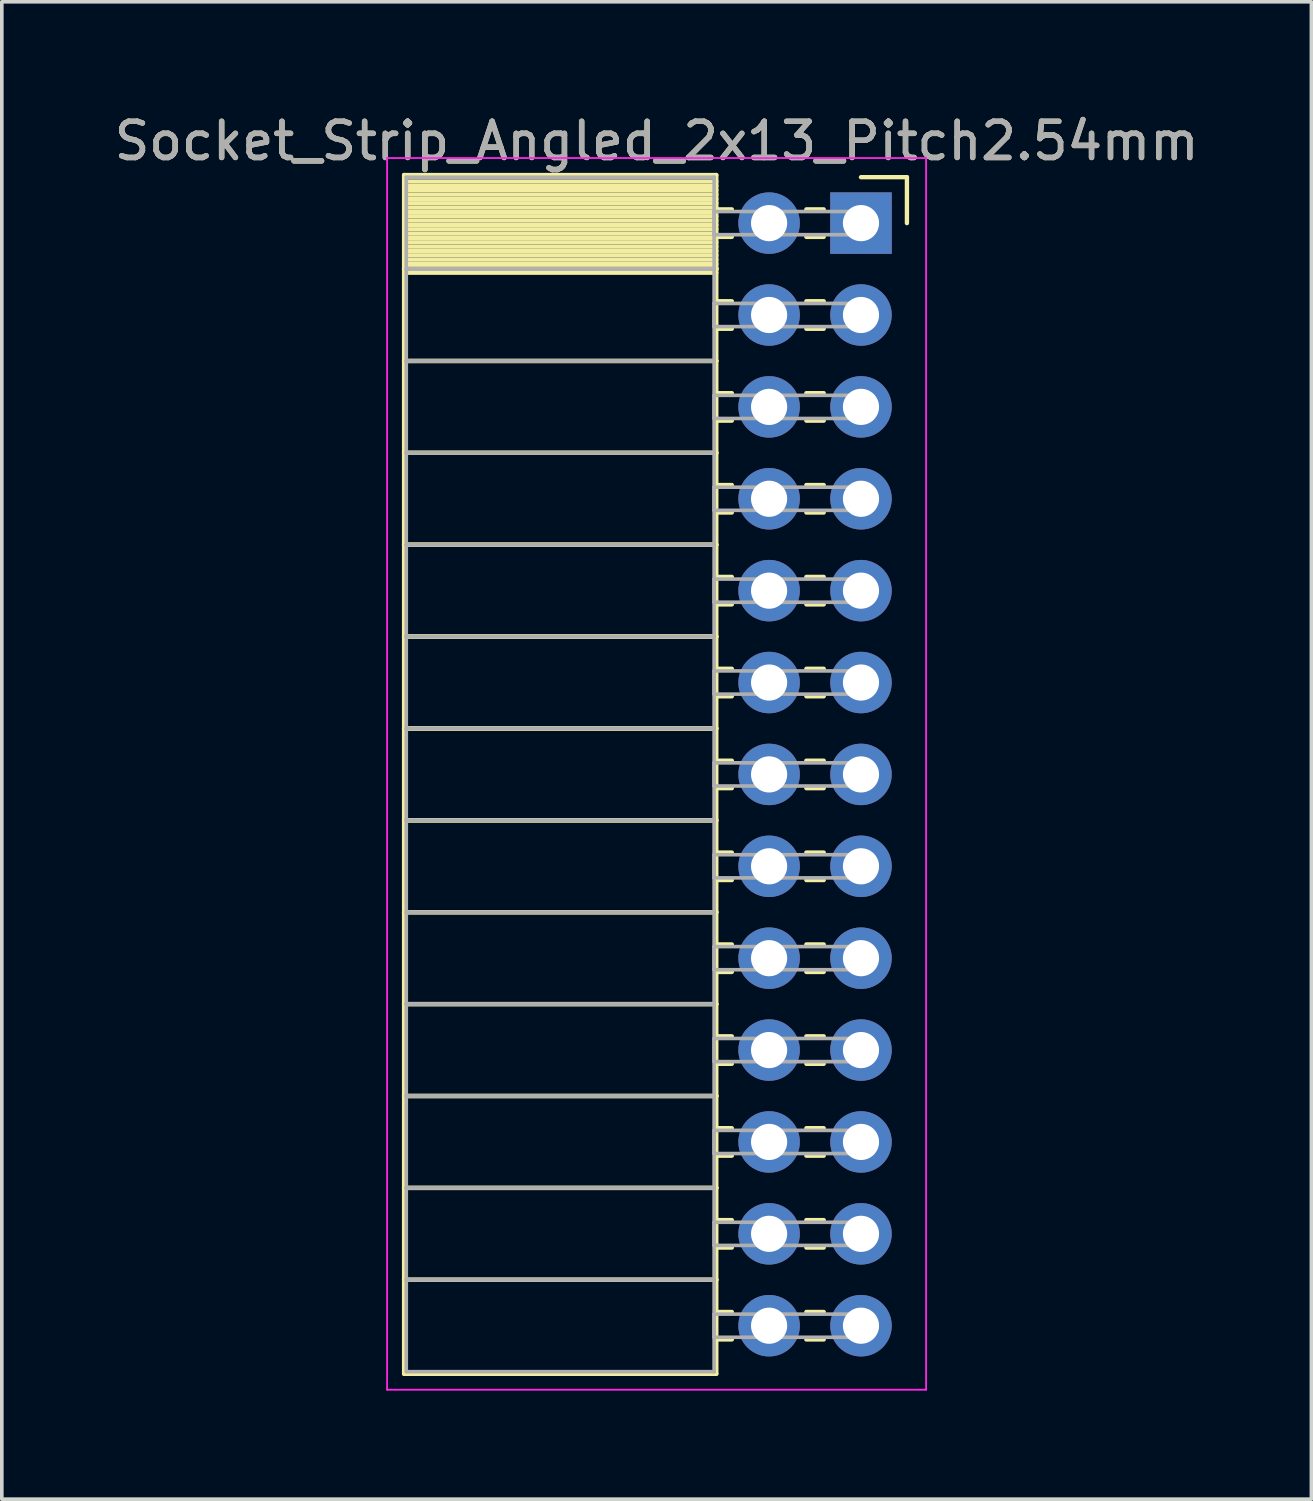
<source format=kicad_pcb>
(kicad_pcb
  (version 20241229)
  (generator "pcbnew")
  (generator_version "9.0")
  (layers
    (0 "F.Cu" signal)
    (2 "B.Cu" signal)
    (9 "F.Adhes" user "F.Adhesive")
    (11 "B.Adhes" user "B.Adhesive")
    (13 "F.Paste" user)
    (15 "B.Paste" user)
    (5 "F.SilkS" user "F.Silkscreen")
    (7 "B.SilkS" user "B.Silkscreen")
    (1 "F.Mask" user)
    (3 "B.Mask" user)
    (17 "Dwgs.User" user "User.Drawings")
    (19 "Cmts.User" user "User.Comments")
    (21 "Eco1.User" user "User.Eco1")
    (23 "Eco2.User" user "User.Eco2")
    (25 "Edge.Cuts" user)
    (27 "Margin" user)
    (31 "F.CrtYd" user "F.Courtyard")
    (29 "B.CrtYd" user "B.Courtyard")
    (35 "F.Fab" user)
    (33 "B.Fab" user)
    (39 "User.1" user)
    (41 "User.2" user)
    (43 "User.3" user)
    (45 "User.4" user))
  (footprint "Socket_Strip_Angled_2x13_Pitch2.54mm"
    (layer "F.Cu")
    (at 20.751 3.118)
    (property "Reference" "Socket_Strip_Angled_2x13_Pitch2.54mm" (at -5.65 -2.27 0) (layer "F.SilkS") (effects (font (size 1 1) (thickness 0.15))))
    (attr through_hole)
    (fp_line (start -12.63 -1.33) (end -4 -1.33) (stroke (width 0.12) (type solid)) (layer "F.SilkS"))
    (fp_line (start -12.63 1.27) (end -12.63 -1.33) (stroke (width 0.12) (type solid)) (layer "F.SilkS"))
    (fp_line (start -12.63 1.27) (end -4 1.27) (stroke (width 0.12) (type solid)) (layer "F.SilkS"))
    (fp_line (start -12.63 3.81) (end -12.63 1.27) (stroke (width 0.12) (type solid)) (layer "F.SilkS"))
    (fp_line (start -12.63 3.81) (end -4 3.81) (stroke (width 0.12) (type solid)) (layer "F.SilkS"))
    (fp_line (start -12.63 6.35) (end -12.63 3.81) (stroke (width 0.12) (type solid)) (layer "F.SilkS"))
    (fp_line (start -12.63 6.35) (end -4 6.35) (stroke (width 0.12) (type solid)) (layer "F.SilkS"))
    (fp_line (start -12.63 8.89) (end -12.63 6.35) (stroke (width 0.12) (type solid)) (layer "F.SilkS"))
    (fp_line (start -12.63 8.89) (end -4 8.89) (stroke (width 0.12) (type solid)) (layer "F.SilkS"))
    (fp_line (start -12.63 11.43) (end -12.63 8.89) (stroke (width 0.12) (type solid)) (layer "F.SilkS"))
    (fp_line (start -12.63 11.43) (end -4 11.43) (stroke (width 0.12) (type solid)) (layer "F.SilkS"))
    (fp_line (start -12.63 13.97) (end -12.63 11.43) (stroke (width 0.12) (type solid)) (layer "F.SilkS"))
    (fp_line (start -12.63 13.97) (end -4 13.97) (stroke (width 0.12) (type solid)) (layer "F.SilkS"))
    (fp_line (start -12.63 16.51) (end -12.63 13.97) (stroke (width 0.12) (type solid)) (layer "F.SilkS"))
    (fp_line (start -12.63 16.51) (end -4 16.51) (stroke (width 0.12) (type solid)) (layer "F.SilkS"))
    (fp_line (start -12.63 19.05) (end -12.63 16.51) (stroke (width 0.12) (type solid)) (layer "F.SilkS"))
    (fp_line (start -12.63 19.05) (end -4 19.05) (stroke (width 0.12) (type solid)) (layer "F.SilkS"))
    (fp_line (start -12.63 21.59) (end -12.63 19.05) (stroke (width 0.12) (type solid)) (layer "F.SilkS"))
    (fp_line (start -12.63 21.59) (end -4 21.59) (stroke (width 0.12) (type solid)) (layer "F.SilkS"))
    (fp_line (start -12.63 24.13) (end -12.63 21.59) (stroke (width 0.12) (type solid)) (layer "F.SilkS"))
    (fp_line (start -12.63 24.13) (end -4 24.13) (stroke (width 0.12) (type solid)) (layer "F.SilkS"))
    (fp_line (start -12.63 26.67) (end -12.63 24.13) (stroke (width 0.12) (type solid)) (layer "F.SilkS"))
    (fp_line (start -12.63 26.67) (end -4 26.67) (stroke (width 0.12) (type solid)) (layer "F.SilkS"))
    (fp_line (start -12.63 29.21) (end -12.63 26.67) (stroke (width 0.12) (type solid)) (layer "F.SilkS"))
    (fp_line (start -12.63 29.21) (end -4 29.21) (stroke (width 0.12) (type solid)) (layer "F.SilkS"))
    (fp_line (start -12.63 31.81) (end -12.63 29.21) (stroke (width 0.12) (type solid)) (layer "F.SilkS"))
    (fp_line (start -4 -1.33) (end -4 1.27) (stroke (width 0.12) (type solid)) (layer "F.SilkS"))
    (fp_line (start -4 -1.15) (end -12.63 -1.15) (stroke (width 0.12) (type solid)) (layer "F.SilkS"))
    (fp_line (start -4 -1.03) (end -12.63 -1.03) (stroke (width 0.12) (type solid)) (layer "F.SilkS"))
    (fp_line (start -4 -0.91) (end -12.63 -0.91) (stroke (width 0.12) (type solid)) (layer "F.SilkS"))
    (fp_line (start -4 -0.79) (end -12.63 -0.79) (stroke (width 0.12) (type solid)) (layer "F.SilkS"))
    (fp_line (start -4 -0.67) (end -12.63 -0.67) (stroke (width 0.12) (type solid)) (layer "F.SilkS"))
    (fp_line (start -4 -0.55) (end -12.63 -0.55) (stroke (width 0.12) (type solid)) (layer "F.SilkS"))
    (fp_line (start -4 -0.43) (end -12.63 -0.43) (stroke (width 0.12) (type solid)) (layer "F.SilkS"))
    (fp_line (start -4 -0.31) (end -12.63 -0.31) (stroke (width 0.12) (type solid)) (layer "F.SilkS"))
    (fp_line (start -4 -0.19) (end -12.63 -0.19) (stroke (width 0.12) (type solid)) (layer "F.SilkS"))
    (fp_line (start -4 -0.07) (end -12.63 -0.07) (stroke (width 0.12) (type solid)) (layer "F.SilkS"))
    (fp_line (start -4 0.05) (end -12.63 0.05) (stroke (width 0.12) (type solid)) (layer "F.SilkS"))
    (fp_line (start -4 0.17) (end -12.63 0.17) (stroke (width 0.12) (type solid)) (layer "F.SilkS"))
    (fp_line (start -4 0.29) (end -12.63 0.29) (stroke (width 0.12) (type solid)) (layer "F.SilkS"))
    (fp_line (start -4 0.41) (end -12.63 0.41) (stroke (width 0.12) (type solid)) (layer "F.SilkS"))
    (fp_line (start -4 0.53) (end -12.63 0.53) (stroke (width 0.12) (type solid)) (layer "F.SilkS"))
    (fp_line (start -4 0.65) (end -12.63 0.65) (stroke (width 0.12) (type solid)) (layer "F.SilkS"))
    (fp_line (start -4 0.77) (end -12.63 0.77) (stroke (width 0.12) (type solid)) (layer "F.SilkS"))
    (fp_line (start -4 0.89) (end -12.63 0.89) (stroke (width 0.12) (type solid)) (layer "F.SilkS"))
    (fp_line (start -4 1.01) (end -12.63 1.01) (stroke (width 0.12) (type solid)) (layer "F.SilkS"))
    (fp_line (start -4 1.13) (end -12.63 1.13) (stroke (width 0.12) (type solid)) (layer "F.SilkS"))
    (fp_line (start -4 1.25) (end -12.63 1.25) (stroke (width 0.12) (type solid)) (layer "F.SilkS"))
    (fp_line (start -4 1.27) (end -12.63 1.27) (stroke (width 0.12) (type solid)) (layer "F.SilkS"))
    (fp_line (start -4 1.27) (end -4 3.81) (stroke (width 0.12) (type solid)) (layer "F.SilkS"))
    (fp_line (start -4 1.37) (end -12.63 1.37) (stroke (width 0.12) (type solid)) (layer "F.SilkS"))
    (fp_line (start -4 3.81) (end -12.63 3.81) (stroke (width 0.12) (type solid)) (layer "F.SilkS"))
    (fp_line (start -4 3.81) (end -4 6.35) (stroke (width 0.12) (type solid)) (layer "F.SilkS"))
    (fp_line (start -4 6.35) (end -12.63 6.35) (stroke (width 0.12) (type solid)) (layer "F.SilkS"))
    (fp_line (start -4 6.35) (end -4 8.89) (stroke (width 0.12) (type solid)) (layer "F.SilkS"))
    (fp_line (start -4 8.89) (end -12.63 8.89) (stroke (width 0.12) (type solid)) (layer "F.SilkS"))
    (fp_line (start -4 8.89) (end -4 11.43) (stroke (width 0.12) (type solid)) (layer "F.SilkS"))
    (fp_line (start -4 11.43) (end -12.63 11.43) (stroke (width 0.12) (type solid)) (layer "F.SilkS"))
    (fp_line (start -4 11.43) (end -4 13.97) (stroke (width 0.12) (type solid)) (layer "F.SilkS"))
    (fp_line (start -4 13.97) (end -12.63 13.97) (stroke (width 0.12) (type solid)) (layer "F.SilkS"))
    (fp_line (start -4 13.97) (end -4 16.51) (stroke (width 0.12) (type solid)) (layer "F.SilkS"))
    (fp_line (start -4 16.51) (end -12.63 16.51) (stroke (width 0.12) (type solid)) (layer "F.SilkS"))
    (fp_line (start -4 16.51) (end -4 19.05) (stroke (width 0.12) (type solid)) (layer "F.SilkS"))
    (fp_line (start -4 19.05) (end -12.63 19.05) (stroke (width 0.12) (type solid)) (layer "F.SilkS"))
    (fp_line (start -4 19.05) (end -4 21.59) (stroke (width 0.12) (type solid)) (layer "F.SilkS"))
    (fp_line (start -4 21.59) (end -12.63 21.59) (stroke (width 0.12) (type solid)) (layer "F.SilkS"))
    (fp_line (start -4 21.59) (end -4 24.13) (stroke (width 0.12) (type solid)) (layer "F.SilkS"))
    (fp_line (start -4 24.13) (end -12.63 24.13) (stroke (width 0.12) (type solid)) (layer "F.SilkS"))
    (fp_line (start -4 24.13) (end -4 26.67) (stroke (width 0.12) (type solid)) (layer "F.SilkS"))
    (fp_line (start -4 26.67) (end -12.63 26.67) (stroke (width 0.12) (type solid)) (layer "F.SilkS"))
    (fp_line (start -4 26.67) (end -4 29.21) (stroke (width 0.12) (type solid)) (layer "F.SilkS"))
    (fp_line (start -4 29.21) (end -12.63 29.21) (stroke (width 0.12) (type solid)) (layer "F.SilkS"))
    (fp_line (start -4 29.21) (end -4 31.81) (stroke (width 0.12) (type solid)) (layer "F.SilkS"))
    (fp_line (start -4 31.81) (end -12.63 31.81) (stroke (width 0.12) (type solid)) (layer "F.SilkS"))
    (fp_line (start -3.57 -0.38) (end -4 -0.38) (stroke (width 0.12) (type solid)) (layer "F.SilkS"))
    (fp_line (start -3.57 0.38) (end -4 0.38) (stroke (width 0.12) (type solid)) (layer "F.SilkS"))
    (fp_line (start -3.57 2.16) (end -4 2.16) (stroke (width 0.12) (type solid)) (layer "F.SilkS"))
    (fp_line (start -3.57 2.92) (end -4 2.92) (stroke (width 0.12) (type solid)) (layer "F.SilkS"))
    (fp_line (start -3.57 4.7) (end -4 4.7) (stroke (width 0.12) (type solid)) (layer "F.SilkS"))
    (fp_line (start -3.57 5.46) (end -4 5.46) (stroke (width 0.12) (type solid)) (layer "F.SilkS"))
    (fp_line (start -3.57 7.24) (end -4 7.24) (stroke (width 0.12) (type solid)) (layer "F.SilkS"))
    (fp_line (start -3.57 8) (end -4 8) (stroke (width 0.12) (type solid)) (layer "F.SilkS"))
    (fp_line (start -3.57 9.78) (end -4 9.78) (stroke (width 0.12) (type solid)) (layer "F.SilkS"))
    (fp_line (start -3.57 10.54) (end -4 10.54) (stroke (width 0.12) (type solid)) (layer "F.SilkS"))
    (fp_line (start -3.57 12.32) (end -4 12.32) (stroke (width 0.12) (type solid)) (layer "F.SilkS"))
    (fp_line (start -3.57 13.08) (end -4 13.08) (stroke (width 0.12) (type solid)) (layer "F.SilkS"))
    (fp_line (start -3.57 14.86) (end -4 14.86) (stroke (width 0.12) (type solid)) (layer "F.SilkS"))
    (fp_line (start -3.57 15.62) (end -4 15.62) (stroke (width 0.12) (type solid)) (layer "F.SilkS"))
    (fp_line (start -3.57 17.4) (end -4 17.4) (stroke (width 0.12) (type solid)) (layer "F.SilkS"))
    (fp_line (start -3.57 18.16) (end -4 18.16) (stroke (width 0.12) (type solid)) (layer "F.SilkS"))
    (fp_line (start -3.57 19.94) (end -4 19.94) (stroke (width 0.12) (type solid)) (layer "F.SilkS"))
    (fp_line (start -3.57 20.7) (end -4 20.7) (stroke (width 0.12) (type solid)) (layer "F.SilkS"))
    (fp_line (start -3.57 22.48) (end -4 22.48) (stroke (width 0.12) (type solid)) (layer "F.SilkS"))
    (fp_line (start -3.57 23.24) (end -4 23.24) (stroke (width 0.12) (type solid)) (layer "F.SilkS"))
    (fp_line (start -3.57 25.02) (end -4 25.02) (stroke (width 0.12) (type solid)) (layer "F.SilkS"))
    (fp_line (start -3.57 25.78) (end -4 25.78) (stroke (width 0.12) (type solid)) (layer "F.SilkS"))
    (fp_line (start -3.57 27.56) (end -4 27.56) (stroke (width 0.12) (type solid)) (layer "F.SilkS"))
    (fp_line (start -3.57 28.32) (end -4 28.32) (stroke (width 0.12) (type solid)) (layer "F.SilkS"))
    (fp_line (start -3.57 30.1) (end -4 30.1) (stroke (width 0.12) (type solid)) (layer "F.SilkS"))
    (fp_line (start -3.57 30.86) (end -4 30.86) (stroke (width 0.12) (type solid)) (layer "F.SilkS"))
    (fp_line (start -1.03 -0.38) (end -1.51 -0.38) (stroke (width 0.12) (type solid)) (layer "F.SilkS"))
    (fp_line (start -1.03 0.38) (end -1.51 0.38) (stroke (width 0.12) (type solid)) (layer "F.SilkS"))
    (fp_line (start -1.03 2.16) (end -1.51 2.16) (stroke (width 0.12) (type solid)) (layer "F.SilkS"))
    (fp_line (start -1.03 2.92) (end -1.51 2.92) (stroke (width 0.12) (type solid)) (layer "F.SilkS"))
    (fp_line (start -1.03 4.7) (end -1.51 4.7) (stroke (width 0.12) (type solid)) (layer "F.SilkS"))
    (fp_line (start -1.03 5.46) (end -1.51 5.46) (stroke (width 0.12) (type solid)) (layer "F.SilkS"))
    (fp_line (start -1.03 7.24) (end -1.51 7.24) (stroke (width 0.12) (type solid)) (layer "F.SilkS"))
    (fp_line (start -1.03 8) (end -1.51 8) (stroke (width 0.12) (type solid)) (layer "F.SilkS"))
    (fp_line (start -1.03 9.78) (end -1.51 9.78) (stroke (width 0.12) (type solid)) (layer "F.SilkS"))
    (fp_line (start -1.03 10.54) (end -1.51 10.54) (stroke (width 0.12) (type solid)) (layer "F.SilkS"))
    (fp_line (start -1.03 12.32) (end -1.51 12.32) (stroke (width 0.12) (type solid)) (layer "F.SilkS"))
    (fp_line (start -1.03 13.08) (end -1.51 13.08) (stroke (width 0.12) (type solid)) (layer "F.SilkS"))
    (fp_line (start -1.03 14.86) (end -1.51 14.86) (stroke (width 0.12) (type solid)) (layer "F.SilkS"))
    (fp_line (start -1.03 15.62) (end -1.51 15.62) (stroke (width 0.12) (type solid)) (layer "F.SilkS"))
    (fp_line (start -1.03 17.4) (end -1.51 17.4) (stroke (width 0.12) (type solid)) (layer "F.SilkS"))
    (fp_line (start -1.03 18.16) (end -1.51 18.16) (stroke (width 0.12) (type solid)) (layer "F.SilkS"))
    (fp_line (start -1.03 19.94) (end -1.51 19.94) (stroke (width 0.12) (type solid)) (layer "F.SilkS"))
    (fp_line (start -1.03 20.7) (end -1.51 20.7) (stroke (width 0.12) (type solid)) (layer "F.SilkS"))
    (fp_line (start -1.03 22.48) (end -1.51 22.48) (stroke (width 0.12) (type solid)) (layer "F.SilkS"))
    (fp_line (start -1.03 23.24) (end -1.51 23.24) (stroke (width 0.12) (type solid)) (layer "F.SilkS"))
    (fp_line (start -1.03 25.02) (end -1.51 25.02) (stroke (width 0.12) (type solid)) (layer "F.SilkS"))
    (fp_line (start -1.03 25.78) (end -1.51 25.78) (stroke (width 0.12) (type solid)) (layer "F.SilkS"))
    (fp_line (start -1.03 27.56) (end -1.51 27.56) (stroke (width 0.12) (type solid)) (layer "F.SilkS"))
    (fp_line (start -1.03 28.32) (end -1.51 28.32) (stroke (width 0.12) (type solid)) (layer "F.SilkS"))
    (fp_line (start -1.03 30.1) (end -1.51 30.1) (stroke (width 0.12) (type solid)) (layer "F.SilkS"))
    (fp_line (start -1.03 30.86) (end -1.51 30.86) (stroke (width 0.12) (type solid)) (layer "F.SilkS"))
    (fp_line (start 0 -1.27) (end 1.27 -1.27) (stroke (width 0.12) (type solid)) (layer "F.SilkS"))
    (fp_line (start 1.27 -1.27) (end 1.27 0) (stroke (width 0.12) (type solid)) (layer "F.SilkS"))
    (fp_line (start -13.1 -1.8) (end 1.8 -1.8) (stroke (width 0.05) (type solid)) (layer "F.CrtYd"))
    (fp_line (start -13.1 32.25) (end -13.1 -1.8) (stroke (width 0.05) (type solid)) (layer "F.CrtYd"))
    (fp_line (start 1.8 -1.8) (end 1.8 32.25) (stroke (width 0.05) (type solid)) (layer "F.CrtYd"))
    (fp_line (start 1.8 32.25) (end -13.1 32.25) (stroke (width 0.05) (type solid)) (layer "F.CrtYd"))
    (fp_line (start -12.57 -1.27) (end -4.06 -1.27) (stroke (width 0.1) (type solid)) (layer "F.Fab"))
    (fp_line (start -12.57 1.27) (end -12.57 -1.27) (stroke (width 0.1) (type solid)) (layer "F.Fab"))
    (fp_line (start -12.57 1.27) (end -4.06 1.27) (stroke (width 0.1) (type solid)) (layer "F.Fab"))
    (fp_line (start -12.57 3.81) (end -12.57 1.27) (stroke (width 0.1) (type solid)) (layer "F.Fab"))
    (fp_line (start -12.57 3.81) (end -4.06 3.81) (stroke (width 0.1) (type solid)) (layer "F.Fab"))
    (fp_line (start -12.57 6.35) (end -12.57 3.81) (stroke (width 0.1) (type solid)) (layer "F.Fab"))
    (fp_line (start -12.57 6.35) (end -4.06 6.35) (stroke (width 0.1) (type solid)) (layer "F.Fab"))
    (fp_line (start -12.57 8.89) (end -12.57 6.35) (stroke (width 0.1) (type solid)) (layer "F.Fab"))
    (fp_line (start -12.57 8.89) (end -4.06 8.89) (stroke (width 0.1) (type solid)) (layer "F.Fab"))
    (fp_line (start -12.57 11.43) (end -12.57 8.89) (stroke (width 0.1) (type solid)) (layer "F.Fab"))
    (fp_line (start -12.57 11.43) (end -4.06 11.43) (stroke (width 0.1) (type solid)) (layer "F.Fab"))
    (fp_line (start -12.57 13.97) (end -12.57 11.43) (stroke (width 0.1) (type solid)) (layer "F.Fab"))
    (fp_line (start -12.57 13.97) (end -4.06 13.97) (stroke (width 0.1) (type solid)) (layer "F.Fab"))
    (fp_line (start -12.57 16.51) (end -12.57 13.97) (stroke (width 0.1) (type solid)) (layer "F.Fab"))
    (fp_line (start -12.57 16.51) (end -4.06 16.51) (stroke (width 0.1) (type solid)) (layer "F.Fab"))
    (fp_line (start -12.57 19.05) (end -12.57 16.51) (stroke (width 0.1) (type solid)) (layer "F.Fab"))
    (fp_line (start -12.57 19.05) (end -4.06 19.05) (stroke (width 0.1) (type solid)) (layer "F.Fab"))
    (fp_line (start -12.57 21.59) (end -12.57 19.05) (stroke (width 0.1) (type solid)) (layer "F.Fab"))
    (fp_line (start -12.57 21.59) (end -4.06 21.59) (stroke (width 0.1) (type solid)) (layer "F.Fab"))
    (fp_line (start -12.57 24.13) (end -12.57 21.59) (stroke (width 0.1) (type solid)) (layer "F.Fab"))
    (fp_line (start -12.57 24.13) (end -4.06 24.13) (stroke (width 0.1) (type solid)) (layer "F.Fab"))
    (fp_line (start -12.57 26.67) (end -12.57 24.13) (stroke (width 0.1) (type solid)) (layer "F.Fab"))
    (fp_line (start -12.57 26.67) (end -4.06 26.67) (stroke (width 0.1) (type solid)) (layer "F.Fab"))
    (fp_line (start -12.57 29.21) (end -12.57 26.67) (stroke (width 0.1) (type solid)) (layer "F.Fab"))
    (fp_line (start -12.57 29.21) (end -4.06 29.21) (stroke (width 0.1) (type solid)) (layer "F.Fab"))
    (fp_line (start -12.57 31.75) (end -12.57 29.21) (stroke (width 0.1) (type solid)) (layer "F.Fab"))
    (fp_line (start -4.06 -1.27) (end -4.06 1.27) (stroke (width 0.1) (type solid)) (layer "F.Fab"))
    (fp_line (start -4.06 -0.32) (end 0 -0.32) (stroke (width 0.1) (type solid)) (layer "F.Fab"))
    (fp_line (start -4.06 0.32) (end -4.06 -0.32) (stroke (width 0.1) (type solid)) (layer "F.Fab"))
    (fp_line (start -4.06 1.27) (end -12.57 1.27) (stroke (width 0.1) (type solid)) (layer "F.Fab"))
    (fp_line (start -4.06 1.27) (end -4.06 3.81) (stroke (width 0.1) (type solid)) (layer "F.Fab"))
    (fp_line (start -4.06 2.22) (end 0 2.22) (stroke (width 0.1) (type solid)) (layer "F.Fab"))
    (fp_line (start -4.06 2.86) (end -4.06 2.22) (stroke (width 0.1) (type solid)) (layer "F.Fab"))
    (fp_line (start -4.06 3.81) (end -12.57 3.81) (stroke (width 0.1) (type solid)) (layer "F.Fab"))
    (fp_line (start -4.06 3.81) (end -4.06 6.35) (stroke (width 0.1) (type solid)) (layer "F.Fab"))
    (fp_line (start -4.06 4.76) (end 0 4.76) (stroke (width 0.1) (type solid)) (layer "F.Fab"))
    (fp_line (start -4.06 5.4) (end -4.06 4.76) (stroke (width 0.1) (type solid)) (layer "F.Fab"))
    (fp_line (start -4.06 6.35) (end -12.57 6.35) (stroke (width 0.1) (type solid)) (layer "F.Fab"))
    (fp_line (start -4.06 6.35) (end -4.06 8.89) (stroke (width 0.1) (type solid)) (layer "F.Fab"))
    (fp_line (start -4.06 7.3) (end 0 7.3) (stroke (width 0.1) (type solid)) (layer "F.Fab"))
    (fp_line (start -4.06 7.94) (end -4.06 7.3) (stroke (width 0.1) (type solid)) (layer "F.Fab"))
    (fp_line (start -4.06 8.89) (end -12.57 8.89) (stroke (width 0.1) (type solid)) (layer "F.Fab"))
    (fp_line (start -4.06 8.89) (end -4.06 11.43) (stroke (width 0.1) (type solid)) (layer "F.Fab"))
    (fp_line (start -4.06 9.84) (end 0 9.84) (stroke (width 0.1) (type solid)) (layer "F.Fab"))
    (fp_line (start -4.06 10.48) (end -4.06 9.84) (stroke (width 0.1) (type solid)) (layer "F.Fab"))
    (fp_line (start -4.06 11.43) (end -12.57 11.43) (stroke (width 0.1) (type solid)) (layer "F.Fab"))
    (fp_line (start -4.06 11.43) (end -4.06 13.97) (stroke (width 0.1) (type solid)) (layer "F.Fab"))
    (fp_line (start -4.06 12.38) (end 0 12.38) (stroke (width 0.1) (type solid)) (layer "F.Fab"))
    (fp_line (start -4.06 13.02) (end -4.06 12.38) (stroke (width 0.1) (type solid)) (layer "F.Fab"))
    (fp_line (start -4.06 13.97) (end -12.57 13.97) (stroke (width 0.1) (type solid)) (layer "F.Fab"))
    (fp_line (start -4.06 13.97) (end -4.06 16.51) (stroke (width 0.1) (type solid)) (layer "F.Fab"))
    (fp_line (start -4.06 14.92) (end 0 14.92) (stroke (width 0.1) (type solid)) (layer "F.Fab"))
    (fp_line (start -4.06 15.56) (end -4.06 14.92) (stroke (width 0.1) (type solid)) (layer "F.Fab"))
    (fp_line (start -4.06 16.51) (end -12.57 16.51) (stroke (width 0.1) (type solid)) (layer "F.Fab"))
    (fp_line (start -4.06 16.51) (end -4.06 19.05) (stroke (width 0.1) (type solid)) (layer "F.Fab"))
    (fp_line (start -4.06 17.46) (end 0 17.46) (stroke (width 0.1) (type solid)) (layer "F.Fab"))
    (fp_line (start -4.06 18.1) (end -4.06 17.46) (stroke (width 0.1) (type solid)) (layer "F.Fab"))
    (fp_line (start -4.06 19.05) (end -12.57 19.05) (stroke (width 0.1) (type solid)) (layer "F.Fab"))
    (fp_line (start -4.06 19.05) (end -4.06 21.59) (stroke (width 0.1) (type solid)) (layer "F.Fab"))
    (fp_line (start -4.06 20) (end 0 20) (stroke (width 0.1) (type solid)) (layer "F.Fab"))
    (fp_line (start -4.06 20.64) (end -4.06 20) (stroke (width 0.1) (type solid)) (layer "F.Fab"))
    (fp_line (start -4.06 21.59) (end -12.57 21.59) (stroke (width 0.1) (type solid)) (layer "F.Fab"))
    (fp_line (start -4.06 21.59) (end -4.06 24.13) (stroke (width 0.1) (type solid)) (layer "F.Fab"))
    (fp_line (start -4.06 22.54) (end 0 22.54) (stroke (width 0.1) (type solid)) (layer "F.Fab"))
    (fp_line (start -4.06 23.18) (end -4.06 22.54) (stroke (width 0.1) (type solid)) (layer "F.Fab"))
    (fp_line (start -4.06 24.13) (end -12.57 24.13) (stroke (width 0.1) (type solid)) (layer "F.Fab"))
    (fp_line (start -4.06 24.13) (end -4.06 26.67) (stroke (width 0.1) (type solid)) (layer "F.Fab"))
    (fp_line (start -4.06 25.08) (end 0 25.08) (stroke (width 0.1) (type solid)) (layer "F.Fab"))
    (fp_line (start -4.06 25.72) (end -4.06 25.08) (stroke (width 0.1) (type solid)) (layer "F.Fab"))
    (fp_line (start -4.06 26.67) (end -12.57 26.67) (stroke (width 0.1) (type solid)) (layer "F.Fab"))
    (fp_line (start -4.06 26.67) (end -4.06 29.21) (stroke (width 0.1) (type solid)) (layer "F.Fab"))
    (fp_line (start -4.06 27.62) (end 0 27.62) (stroke (width 0.1) (type solid)) (layer "F.Fab"))
    (fp_line (start -4.06 28.26) (end -4.06 27.62) (stroke (width 0.1) (type solid)) (layer "F.Fab"))
    (fp_line (start -4.06 29.21) (end -12.57 29.21) (stroke (width 0.1) (type solid)) (layer "F.Fab"))
    (fp_line (start -4.06 29.21) (end -4.06 31.75) (stroke (width 0.1) (type solid)) (layer "F.Fab"))
    (fp_line (start -4.06 30.16) (end 0 30.16) (stroke (width 0.1) (type solid)) (layer "F.Fab"))
    (fp_line (start -4.06 30.8) (end -4.06 30.16) (stroke (width 0.1) (type solid)) (layer "F.Fab"))
    (fp_line (start -4.06 31.75) (end -12.57 31.75) (stroke (width 0.1) (type solid)) (layer "F.Fab"))
    (fp_line (start 0 -0.32) (end 0 0.32) (stroke (width 0.1) (type solid)) (layer "F.Fab"))
    (fp_line (start 0 0.32) (end -4.06 0.32) (stroke (width 0.1) (type solid)) (layer "F.Fab"))
    (fp_line (start 0 2.22) (end 0 2.86) (stroke (width 0.1) (type solid)) (layer "F.Fab"))
    (fp_line (start 0 2.86) (end -4.06 2.86) (stroke (width 0.1) (type solid)) (layer "F.Fab"))
    (fp_line (start 0 4.76) (end 0 5.4) (stroke (width 0.1) (type solid)) (layer "F.Fab"))
    (fp_line (start 0 5.4) (end -4.06 5.4) (stroke (width 0.1) (type solid)) (layer "F.Fab"))
    (fp_line (start 0 7.3) (end 0 7.94) (stroke (width 0.1) (type solid)) (layer "F.Fab"))
    (fp_line (start 0 7.94) (end -4.06 7.94) (stroke (width 0.1) (type solid)) (layer "F.Fab"))
    (fp_line (start 0 9.84) (end 0 10.48) (stroke (width 0.1) (type solid)) (layer "F.Fab"))
    (fp_line (start 0 10.48) (end -4.06 10.48) (stroke (width 0.1) (type solid)) (layer "F.Fab"))
    (fp_line (start 0 12.38) (end 0 13.02) (stroke (width 0.1) (type solid)) (layer "F.Fab"))
    (fp_line (start 0 13.02) (end -4.06 13.02) (stroke (width 0.1) (type solid)) (layer "F.Fab"))
    (fp_line (start 0 14.92) (end 0 15.56) (stroke (width 0.1) (type solid)) (layer "F.Fab"))
    (fp_line (start 0 15.56) (end -4.06 15.56) (stroke (width 0.1) (type solid)) (layer "F.Fab"))
    (fp_line (start 0 17.46) (end 0 18.1) (stroke (width 0.1) (type solid)) (layer "F.Fab"))
    (fp_line (start 0 18.1) (end -4.06 18.1) (stroke (width 0.1) (type solid)) (layer "F.Fab"))
    (fp_line (start 0 20) (end 0 20.64) (stroke (width 0.1) (type solid)) (layer "F.Fab"))
    (fp_line (start 0 20.64) (end -4.06 20.64) (stroke (width 0.1) (type solid)) (layer "F.Fab"))
    (fp_line (start 0 22.54) (end 0 23.18) (stroke (width 0.1) (type solid)) (layer "F.Fab"))
    (fp_line (start 0 23.18) (end -4.06 23.18) (stroke (width 0.1) (type solid)) (layer "F.Fab"))
    (fp_line (start 0 25.08) (end 0 25.72) (stroke (width 0.1) (type solid)) (layer "F.Fab"))
    (fp_line (start 0 25.72) (end -4.06 25.72) (stroke (width 0.1) (type solid)) (layer "F.Fab"))
    (fp_line (start 0 27.62) (end 0 28.26) (stroke (width 0.1) (type solid)) (layer "F.Fab"))
    (fp_line (start 0 28.26) (end -4.06 28.26) (stroke (width 0.1) (type solid)) (layer "F.Fab"))
    (fp_line (start 0 30.16) (end 0 30.8) (stroke (width 0.1) (type solid)) (layer "F.Fab"))
    (fp_line (start 0 30.8) (end -4.06 30.8) (stroke (width 0.1) (type solid)) (layer "F.Fab"))
    (fp_text user "${REFERENCE}" (at -5.65 -2.27 0) (layer "F.Fab") (effects (font (size 1 1) (thickness 0.15))))
    (pad "1" thru_hole rect (at 0 0) (size 1.7 1.7) (drill 1) (layers "*.Cu" "*.Mask"))
    (pad "2" thru_hole oval (at -2.54 0) (size 1.7 1.7) (drill 1) (layers "*.Cu" "*.Mask"))
    (pad "3" thru_hole oval (at 0 2.54) (size 1.7 1.7) (drill 1) (layers "*.Cu" "*.Mask"))
    (pad "4" thru_hole oval (at -2.54 2.54) (size 1.7 1.7) (drill 1) (layers "*.Cu" "*.Mask"))
    (pad "5" thru_hole oval (at 0 5.08) (size 1.7 1.7) (drill 1) (layers "*.Cu" "*.Mask"))
    (pad "6" thru_hole oval (at -2.54 5.08) (size 1.7 1.7) (drill 1) (layers "*.Cu" "*.Mask"))
    (pad "7" thru_hole oval (at 0 7.62) (size 1.7 1.7) (drill 1) (layers "*.Cu" "*.Mask"))
    (pad "8" thru_hole oval (at -2.54 7.62) (size 1.7 1.7) (drill 1) (layers "*.Cu" "*.Mask"))
    (pad "9" thru_hole oval (at 0 10.16) (size 1.7 1.7) (drill 1) (layers "*.Cu" "*.Mask"))
    (pad "10" thru_hole oval (at -2.54 10.16) (size 1.7 1.7) (drill 1) (layers "*.Cu" "*.Mask"))
    (pad "11" thru_hole oval (at 0 12.7) (size 1.7 1.7) (drill 1) (layers "*.Cu" "*.Mask"))
    (pad "12" thru_hole oval (at -2.54 12.7) (size 1.7 1.7) (drill 1) (layers "*.Cu" "*.Mask"))
    (pad "13" thru_hole oval (at 0 15.24) (size 1.7 1.7) (drill 1) (layers "*.Cu" "*.Mask"))
    (pad "14" thru_hole oval (at -2.54 15.24) (size 1.7 1.7) (drill 1) (layers "*.Cu" "*.Mask"))
    (pad "15" thru_hole oval (at 0 17.78) (size 1.7 1.7) (drill 1) (layers "*.Cu" "*.Mask"))
    (pad "16" thru_hole oval (at -2.54 17.78) (size 1.7 1.7) (drill 1) (layers "*.Cu" "*.Mask"))
    (pad "17" thru_hole oval (at 0 20.32) (size 1.7 1.7) (drill 1) (layers "*.Cu" "*.Mask"))
    (pad "18" thru_hole oval (at -2.54 20.32) (size 1.7 1.7) (drill 1) (layers "*.Cu" "*.Mask"))
    (pad "19" thru_hole oval (at 0 22.86) (size 1.7 1.7) (drill 1) (layers "*.Cu" "*.Mask"))
    (pad "20" thru_hole oval (at -2.54 22.86) (size 1.7 1.7) (drill 1) (layers "*.Cu" "*.Mask"))
    (pad "21" thru_hole oval (at 0 25.4) (size 1.7 1.7) (drill 1) (layers "*.Cu" "*.Mask"))
    (pad "22" thru_hole oval (at -2.54 25.4) (size 1.7 1.7) (drill 1) (layers "*.Cu" "*.Mask"))
    (pad "23" thru_hole oval (at 0 27.94) (size 1.7 1.7) (drill 1) (layers "*.Cu" "*.Mask"))
    (pad "24" thru_hole oval (at -2.54 27.94) (size 1.7 1.7) (drill 1) (layers "*.Cu" "*.Mask"))
    (pad "25" thru_hole oval (at 0 30.48) (size 1.7 1.7) (drill 1) (layers "*.Cu" "*.Mask"))
    (pad "26" thru_hole oval (at -2.54 30.48) (size 1.7 1.7) (drill 1) (layers "*.Cu" "*.Mask")))
  (gr_rect
    (start -3 -3)
    (end 33.202 38.393)
    (stroke (width 0.1) (type default))
    (fill no)
    (layer "Edge.Cuts")))
</source>
